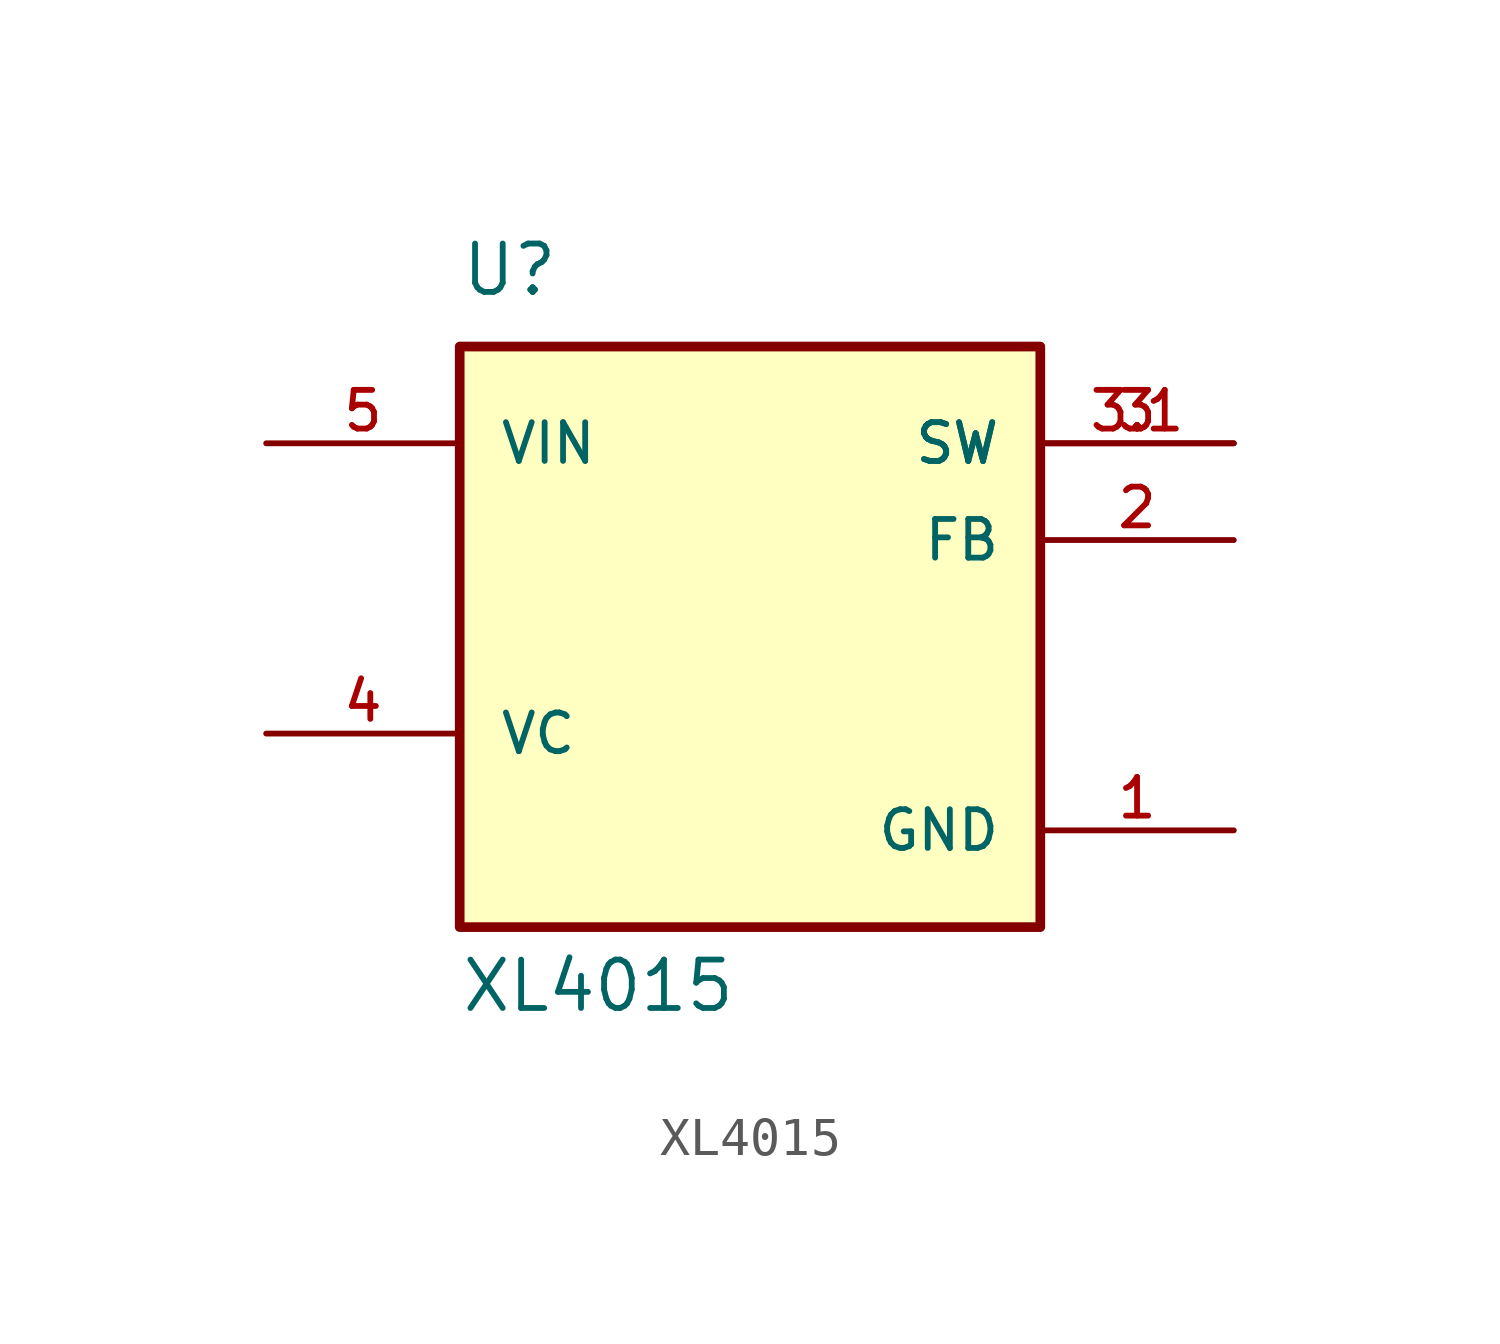
<source format=kicad_sym>
(kicad_symbol_lib
  (version 20211014)
  (generator kicad_symbol_editor)
  (symbol "XL4015"
    (pin_names
      (offset 1.016))
    (property "Reference" "U"
      (at -7.62 8.89 0)
      (effects (font (size 1.27 1.27)) (justify left bottom)))
    (property "Value" "XL4015"
      (at -7.62 -9.906 0)
      (effects (font (size 1.27 1.27)) (justify left bottom)))
    (symbol "XL4015_0_0"
      (rectangle (start -7.62 -7.62) (end 7.62 7.62) (stroke (width 0.254) (type default) (color 0 0 0 0)) (fill (type background)))
      (pin power_in line (at 12.7 -5.08 180) (length 5.08) (name "GND" (effects (font (size 1.016 1.016)))) (number "1" (effects (font (size 1.016 1.016)))))
      (pin input line (at 12.7 2.54 180) (length 5.08) (name "FB" (effects (font (size 1.016 1.016)))) (number "2" (effects (font (size 1.016 1.016)))))
      (pin output line (at 12.7 5.08 180) (length 5.08) (name "SW" (effects (font (size 1.016 1.016)))) (number "3" (effects (font (size 1.016 1.016)))))
      (pin output line (at 12.7 5.08 180) (length 5.08) (name "SW" (effects (font (size 1.016 1.016)))) (number "3.1" (effects (font (size 1.016 1.016)))))
      (pin passive line (at -12.7 -2.54 0) (length 5.08) (name "VC" (effects (font (size 1.016 1.016)))) (number "4" (effects (font (size 1.016 1.016)))))
      (pin input line (at -12.7 5.08 0) (length 5.08) (name "VIN" (effects (font (size 1.016 1.016)))) (number "5" (effects (font (size 1.016 1.016))))))))
</source>
